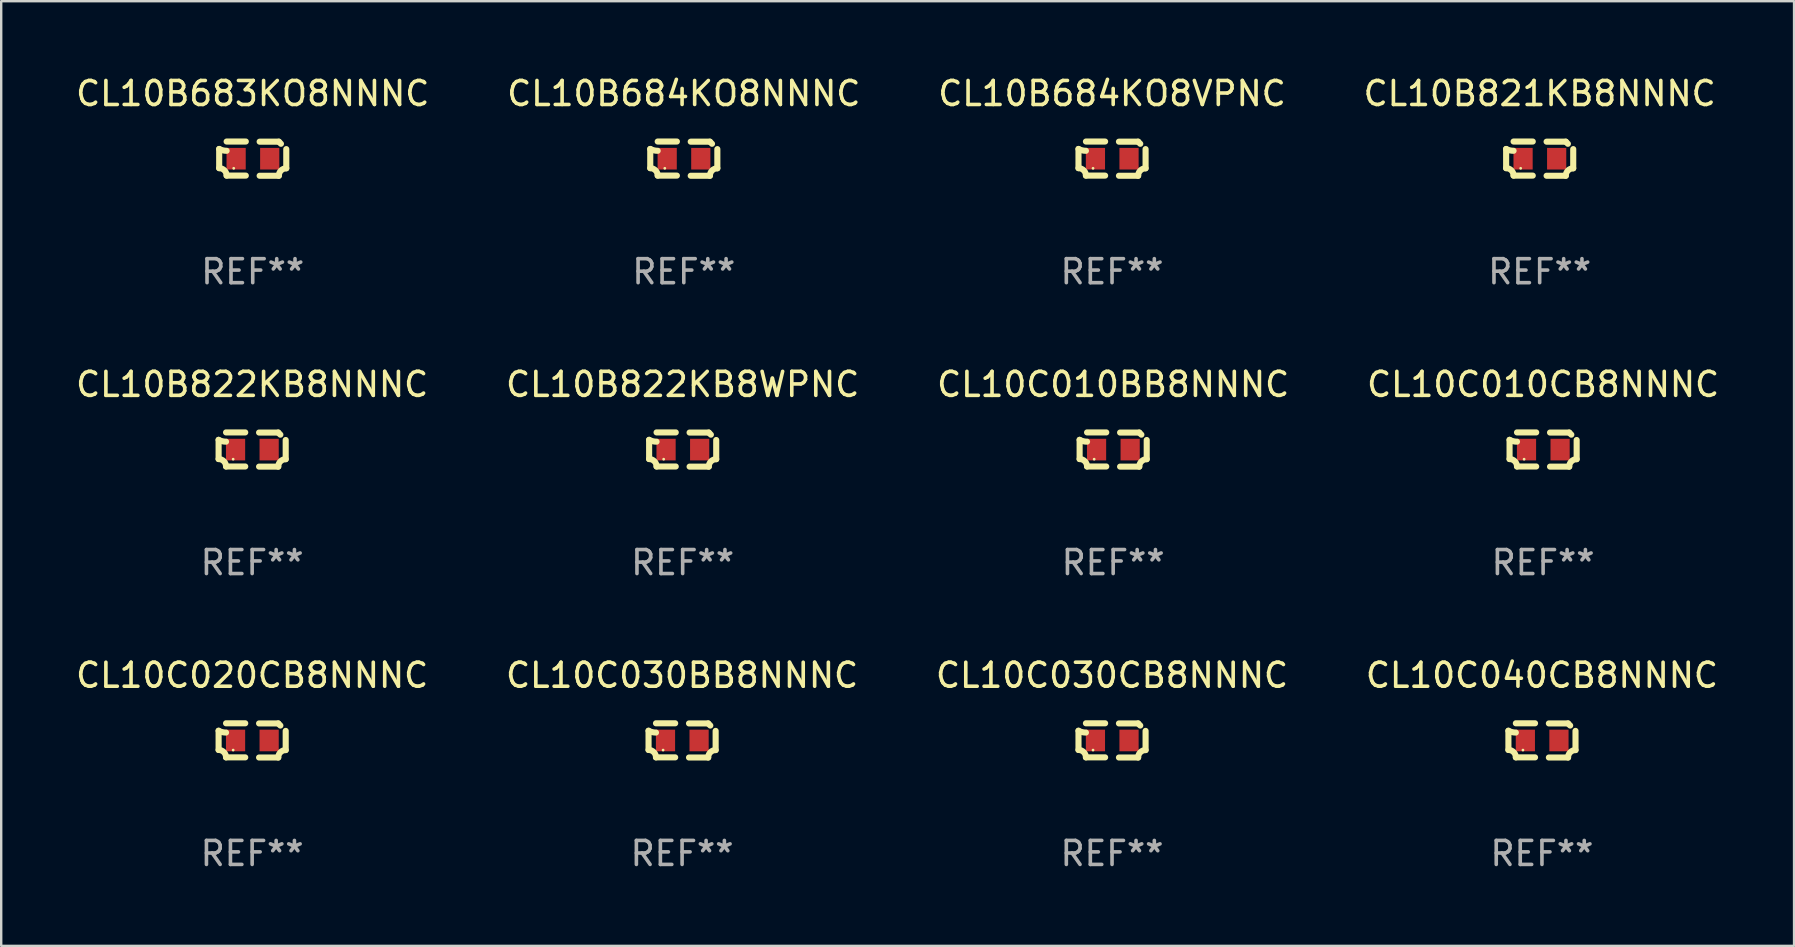
<source format=kicad_pcb>
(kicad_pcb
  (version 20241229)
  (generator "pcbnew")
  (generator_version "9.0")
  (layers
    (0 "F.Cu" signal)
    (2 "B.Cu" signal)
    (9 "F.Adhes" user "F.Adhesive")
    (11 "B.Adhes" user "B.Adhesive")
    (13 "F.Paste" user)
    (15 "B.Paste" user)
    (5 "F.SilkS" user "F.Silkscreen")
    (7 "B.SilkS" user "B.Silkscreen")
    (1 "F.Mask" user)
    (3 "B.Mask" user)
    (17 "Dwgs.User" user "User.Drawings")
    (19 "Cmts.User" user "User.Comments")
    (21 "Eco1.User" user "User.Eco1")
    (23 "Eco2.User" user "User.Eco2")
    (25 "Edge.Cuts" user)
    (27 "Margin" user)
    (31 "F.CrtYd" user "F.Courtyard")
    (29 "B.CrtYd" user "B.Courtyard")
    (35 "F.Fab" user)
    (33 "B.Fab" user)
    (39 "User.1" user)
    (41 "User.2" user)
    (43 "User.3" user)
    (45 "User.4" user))
  (footprint "CL10B684KO8VPNC"
    (layer "F.Cu")
    (at 43.292 3.561)
    (property "Reference" "CL10B684KO8VPNC" (at 0 -2.713 0) (layer "F.SilkS") (effects (font (size 1 1) (thickness 0.15))))
    (attr through_hole)
    (fp_line (start -1.398 -0.403) (end -1.398 0.397) (stroke (width 0.254) (type solid)) (layer "F.SilkS"))
    (fp_line (start -0.288 -0.713) (end -1.088 -0.713) (stroke (width 0.254) (type solid)) (layer "F.SilkS"))
    (fp_line (start -0.288 0.707) (end -1.088 0.707) (stroke (width 0.254) (type solid)) (layer "F.SilkS"))
    (fp_line (start 0.288 -0.707) (end 1.088 -0.707) (stroke (width 0.254) (type solid)) (layer "F.SilkS"))
    (fp_line (start 0.288 0.713) (end 1.088 0.713) (stroke (width 0.254) (type solid)) (layer "F.SilkS"))
    (fp_line (start 1.398 -0.397) (end 1.398 0.403) (stroke (width 0.254) (type solid)) (layer "F.SilkS"))
    (fp_arc (start -1.397789 0.397066) (mid -1.178701 0.487826) (end -1.08796 0.706922) (stroke (width 0.254001) (type solid)) (layer "F.SilkS"))
    (fp_arc (start -1.08796 -0.327176) (mid -1.247436 -0.346384) (end -1.39779 -0.402908) (stroke (width 0.254001) (type solid)) (layer "F.SilkS"))
    (fp_arc (start 1.087909 0.712738) (mid 1.178656 0.493655) (end 1.397739 0.402908) (stroke (width 0.254001) (type solid)) (layer "F.SilkS"))
    (fp_arc (start 1.175925 -0.618926) (mid 1.131917 -0.662923) (end 1.08791 -0.706922) (stroke (width 0.254001) (type solid)) (layer "F.SilkS"))
    (fp_circle (center -0.792 0.403) (end -0.762 0.403) (stroke (width 0.06) (type solid)) (fill no) (layer "F.SilkS"))
    (fp_text user "REF**" (at 0 4.713 0) (layer "F.Fab") (effects (font (size 1 1) (thickness 0.15))))
    (pad "1" smd rect (at -0.692 0.003) (size 0.8 0.9) (layers "F.Cu" "F.Mask" "F.Paste"))
    (pad "2" smd rect (at 0.708 0.003) (size 0.8 0.9) (layers "F.Cu" "F.Mask" "F.Paste")))
  (footprint "CL10C030BB8NNNC"
    (layer "F.Cu")
    (at 25.375 27.805)
    (property "Reference" "CL10C030BB8NNNC" (at 0 -2.713 0) (layer "F.SilkS") (effects (font (size 1 1) (thickness 0.15))))
    (attr through_hole)
    (fp_line (start -1.398 -0.403) (end -1.398 0.397) (stroke (width 0.254) (type solid)) (layer "F.SilkS"))
    (fp_line (start -0.288 -0.713) (end -1.088 -0.713) (stroke (width 0.254) (type solid)) (layer "F.SilkS"))
    (fp_line (start -0.288 0.707) (end -1.088 0.707) (stroke (width 0.254) (type solid)) (layer "F.SilkS"))
    (fp_line (start 0.288 -0.707) (end 1.088 -0.707) (stroke (width 0.254) (type solid)) (layer "F.SilkS"))
    (fp_line (start 0.288 0.713) (end 1.088 0.713) (stroke (width 0.254) (type solid)) (layer "F.SilkS"))
    (fp_line (start 1.398 -0.397) (end 1.398 0.403) (stroke (width 0.254) (type solid)) (layer "F.SilkS"))
    (fp_arc (start -1.397789 0.397066) (mid -1.178701 0.487826) (end -1.08796 0.706922) (stroke (width 0.254001) (type solid)) (layer "F.SilkS"))
    (fp_arc (start -1.08796 -0.327176) (mid -1.247436 -0.346384) (end -1.39779 -0.402908) (stroke (width 0.254001) (type solid)) (layer "F.SilkS"))
    (fp_arc (start 1.087909 0.712738) (mid 1.178656 0.493655) (end 1.397739 0.402908) (stroke (width 0.254001) (type solid)) (layer "F.SilkS"))
    (fp_arc (start 1.175925 -0.618926) (mid 1.131917 -0.662923) (end 1.08791 -0.706922) (stroke (width 0.254001) (type solid)) (layer "F.SilkS"))
    (fp_circle (center -0.792 0.403) (end -0.762 0.403) (stroke (width 0.06) (type solid)) (fill no) (layer "F.SilkS"))
    (fp_text user "REF**" (at 0 4.713 0) (layer "F.Fab") (effects (font (size 1 1) (thickness 0.15))))
    (pad "1" smd rect (at -0.692 0.003) (size 0.8 0.9) (layers "F.Cu" "F.Mask" "F.Paste"))
    (pad "2" smd rect (at 0.708 0.003) (size 0.8 0.9) (layers "F.Cu" "F.Mask" "F.Paste")))
  (footprint "CL10C020CB8NNNC"
    (layer "F.Cu")
    (at 7.458 27.805)
    (property "Reference" "CL10C020CB8NNNC" (at 0 -2.713 0) (layer "F.SilkS") (effects (font (size 1 1) (thickness 0.15))))
    (attr through_hole)
    (fp_line (start -1.398 -0.403) (end -1.398 0.397) (stroke (width 0.254) (type solid)) (layer "F.SilkS"))
    (fp_line (start -0.288 -0.713) (end -1.088 -0.713) (stroke (width 0.254) (type solid)) (layer "F.SilkS"))
    (fp_line (start -0.288 0.707) (end -1.088 0.707) (stroke (width 0.254) (type solid)) (layer "F.SilkS"))
    (fp_line (start 0.288 -0.707) (end 1.088 -0.707) (stroke (width 0.254) (type solid)) (layer "F.SilkS"))
    (fp_line (start 0.288 0.713) (end 1.088 0.713) (stroke (width 0.254) (type solid)) (layer "F.SilkS"))
    (fp_line (start 1.398 -0.397) (end 1.398 0.403) (stroke (width 0.254) (type solid)) (layer "F.SilkS"))
    (fp_arc (start -1.397789 0.397066) (mid -1.178701 0.487826) (end -1.08796 0.706922) (stroke (width 0.254001) (type solid)) (layer "F.SilkS"))
    (fp_arc (start -1.08796 -0.327176) (mid -1.247436 -0.346384) (end -1.39779 -0.402908) (stroke (width 0.254001) (type solid)) (layer "F.SilkS"))
    (fp_arc (start 1.087909 0.712738) (mid 1.178656 0.493655) (end 1.397739 0.402908) (stroke (width 0.254001) (type solid)) (layer "F.SilkS"))
    (fp_arc (start 1.175925 -0.618926) (mid 1.131917 -0.662923) (end 1.08791 -0.706922) (stroke (width 0.254001) (type solid)) (layer "F.SilkS"))
    (fp_circle (center -0.792 0.403) (end -0.762 0.403) (stroke (width 0.06) (type solid)) (fill no) (layer "F.SilkS"))
    (fp_text user "REF**" (at 0 4.713 0) (layer "F.Fab") (effects (font (size 1 1) (thickness 0.15))))
    (pad "1" smd rect (at -0.692 0.003) (size 0.8 0.9) (layers "F.Cu" "F.Mask" "F.Paste"))
    (pad "2" smd rect (at 0.708 0.003) (size 0.8 0.9) (layers "F.Cu" "F.Mask" "F.Paste")))
  (footprint "CL10B683KO8NNNC"
    (layer "F.Cu")
    (at 7.482 3.561)
    (property "Reference" "CL10B683KO8NNNC" (at 0 -2.713 0) (layer "F.SilkS") (effects (font (size 1 1) (thickness 0.15))))
    (attr through_hole)
    (fp_line (start -1.398 -0.403) (end -1.398 0.397) (stroke (width 0.254) (type solid)) (layer "F.SilkS"))
    (fp_line (start -0.288 -0.713) (end -1.088 -0.713) (stroke (width 0.254) (type solid)) (layer "F.SilkS"))
    (fp_line (start -0.288 0.707) (end -1.088 0.707) (stroke (width 0.254) (type solid)) (layer "F.SilkS"))
    (fp_line (start 0.288 -0.707) (end 1.088 -0.707) (stroke (width 0.254) (type solid)) (layer "F.SilkS"))
    (fp_line (start 0.288 0.713) (end 1.088 0.713) (stroke (width 0.254) (type solid)) (layer "F.SilkS"))
    (fp_line (start 1.398 -0.397) (end 1.398 0.403) (stroke (width 0.254) (type solid)) (layer "F.SilkS"))
    (fp_arc (start -1.397789 0.397066) (mid -1.178701 0.487826) (end -1.08796 0.706922) (stroke (width 0.254001) (type solid)) (layer "F.SilkS"))
    (fp_arc (start -1.08796 -0.327176) (mid -1.247436 -0.346384) (end -1.39779 -0.402908) (stroke (width 0.254001) (type solid)) (layer "F.SilkS"))
    (fp_arc (start 1.087909 0.712738) (mid 1.178656 0.493655) (end 1.397739 0.402908) (stroke (width 0.254001) (type solid)) (layer "F.SilkS"))
    (fp_arc (start 1.175925 -0.618926) (mid 1.131917 -0.662923) (end 1.08791 -0.706922) (stroke (width 0.254001) (type solid)) (layer "F.SilkS"))
    (fp_circle (center -0.792 0.403) (end -0.762 0.403) (stroke (width 0.06) (type solid)) (fill no) (layer "F.SilkS"))
    (fp_text user "REF**" (at 0 4.713 0) (layer "F.Fab") (effects (font (size 1 1) (thickness 0.15))))
    (pad "1" smd rect (at -0.692 0.003) (size 0.8 0.9) (layers "F.Cu" "F.Mask" "F.Paste"))
    (pad "2" smd rect (at 0.708 0.003) (size 0.8 0.9) (layers "F.Cu" "F.Mask" "F.Paste")))
  (footprint "CL10B821KB8NNNC"
    (layer "F.Cu")
    (at 61.113 3.561)
    (property "Reference" "CL10B821KB8NNNC" (at 0 -2.713 0) (layer "F.SilkS") (effects (font (size 1 1) (thickness 0.15))))
    (attr through_hole)
    (fp_line (start -1.398 -0.403) (end -1.398 0.397) (stroke (width 0.254) (type solid)) (layer "F.SilkS"))
    (fp_line (start -0.288 -0.713) (end -1.088 -0.713) (stroke (width 0.254) (type solid)) (layer "F.SilkS"))
    (fp_line (start -0.288 0.707) (end -1.088 0.707) (stroke (width 0.254) (type solid)) (layer "F.SilkS"))
    (fp_line (start 0.288 -0.707) (end 1.088 -0.707) (stroke (width 0.254) (type solid)) (layer "F.SilkS"))
    (fp_line (start 0.288 0.713) (end 1.088 0.713) (stroke (width 0.254) (type solid)) (layer "F.SilkS"))
    (fp_line (start 1.398 -0.397) (end 1.398 0.403) (stroke (width 0.254) (type solid)) (layer "F.SilkS"))
    (fp_arc (start -1.397789 0.397066) (mid -1.178701 0.487826) (end -1.08796 0.706922) (stroke (width 0.254001) (type solid)) (layer "F.SilkS"))
    (fp_arc (start -1.08796 -0.327176) (mid -1.247436 -0.346384) (end -1.39779 -0.402908) (stroke (width 0.254001) (type solid)) (layer "F.SilkS"))
    (fp_arc (start 1.087909 0.712738) (mid 1.178656 0.493655) (end 1.397739 0.402908) (stroke (width 0.254001) (type solid)) (layer "F.SilkS"))
    (fp_arc (start 1.175925 -0.618926) (mid 1.131917 -0.662923) (end 1.08791 -0.706922) (stroke (width 0.254001) (type solid)) (layer "F.SilkS"))
    (fp_circle (center -0.792 0.403) (end -0.762 0.403) (stroke (width 0.06) (type solid)) (fill no) (layer "F.SilkS"))
    (fp_text user "REF**" (at 0 4.713 0) (layer "F.Fab") (effects (font (size 1 1) (thickness 0.15))))
    (pad "1" smd rect (at -0.692 0.003) (size 0.8 0.9) (layers "F.Cu" "F.Mask" "F.Paste"))
    (pad "2" smd rect (at 0.708 0.003) (size 0.8 0.9) (layers "F.Cu" "F.Mask" "F.Paste")))
  (footprint "CL10C010BB8NNNC"
    (layer "F.Cu")
    (at 43.339 15.683)
    (property "Reference" "CL10C010BB8NNNC" (at 0 -2.713 0) (layer "F.SilkS") (effects (font (size 1 1) (thickness 0.15))))
    (attr through_hole)
    (fp_line (start -1.398 -0.403) (end -1.398 0.397) (stroke (width 0.254) (type solid)) (layer "F.SilkS"))
    (fp_line (start -0.288 -0.713) (end -1.088 -0.713) (stroke (width 0.254) (type solid)) (layer "F.SilkS"))
    (fp_line (start -0.288 0.707) (end -1.088 0.707) (stroke (width 0.254) (type solid)) (layer "F.SilkS"))
    (fp_line (start 0.288 -0.707) (end 1.088 -0.707) (stroke (width 0.254) (type solid)) (layer "F.SilkS"))
    (fp_line (start 0.288 0.713) (end 1.088 0.713) (stroke (width 0.254) (type solid)) (layer "F.SilkS"))
    (fp_line (start 1.398 -0.397) (end 1.398 0.403) (stroke (width 0.254) (type solid)) (layer "F.SilkS"))
    (fp_arc (start -1.397789 0.397066) (mid -1.178701 0.487826) (end -1.08796 0.706922) (stroke (width 0.254001) (type solid)) (layer "F.SilkS"))
    (fp_arc (start -1.08796 -0.327176) (mid -1.247436 -0.346384) (end -1.39779 -0.402908) (stroke (width 0.254001) (type solid)) (layer "F.SilkS"))
    (fp_arc (start 1.087909 0.712738) (mid 1.178656 0.493655) (end 1.397739 0.402908) (stroke (width 0.254001) (type solid)) (layer "F.SilkS"))
    (fp_arc (start 1.175925 -0.618926) (mid 1.131917 -0.662923) (end 1.08791 -0.706922) (stroke (width 0.254001) (type solid)) (layer "F.SilkS"))
    (fp_circle (center -0.792 0.403) (end -0.762 0.403) (stroke (width 0.06) (type solid)) (fill no) (layer "F.SilkS"))
    (fp_text user "REF**" (at 0 4.713 0) (layer "F.Fab") (effects (font (size 1 1) (thickness 0.15))))
    (pad "1" smd rect (at -0.692 0.003) (size 0.8 0.9) (layers "F.Cu" "F.Mask" "F.Paste"))
    (pad "2" smd rect (at 0.708 0.003) (size 0.8 0.9) (layers "F.Cu" "F.Mask" "F.Paste")))
  (footprint "CL10C040CB8NNNC"
    (layer "F.Cu")
    (at 61.208 27.805)
    (property "Reference" "CL10C040CB8NNNC" (at 0 -2.713 0) (layer "F.SilkS") (effects (font (size 1 1) (thickness 0.15))))
    (attr through_hole)
    (fp_line (start -1.398 -0.403) (end -1.398 0.397) (stroke (width 0.254) (type solid)) (layer "F.SilkS"))
    (fp_line (start -0.288 -0.713) (end -1.088 -0.713) (stroke (width 0.254) (type solid)) (layer "F.SilkS"))
    (fp_line (start -0.288 0.707) (end -1.088 0.707) (stroke (width 0.254) (type solid)) (layer "F.SilkS"))
    (fp_line (start 0.288 -0.707) (end 1.088 -0.707) (stroke (width 0.254) (type solid)) (layer "F.SilkS"))
    (fp_line (start 0.288 0.713) (end 1.088 0.713) (stroke (width 0.254) (type solid)) (layer "F.SilkS"))
    (fp_line (start 1.398 -0.397) (end 1.398 0.403) (stroke (width 0.254) (type solid)) (layer "F.SilkS"))
    (fp_arc (start -1.397789 0.397066) (mid -1.178701 0.487826) (end -1.08796 0.706922) (stroke (width 0.254001) (type solid)) (layer "F.SilkS"))
    (fp_arc (start -1.08796 -0.327176) (mid -1.247436 -0.346384) (end -1.39779 -0.402908) (stroke (width 0.254001) (type solid)) (layer "F.SilkS"))
    (fp_arc (start 1.087909 0.712738) (mid 1.178656 0.493655) (end 1.397739 0.402908) (stroke (width 0.254001) (type solid)) (layer "F.SilkS"))
    (fp_arc (start 1.175925 -0.618926) (mid 1.131917 -0.662923) (end 1.08791 -0.706922) (stroke (width 0.254001) (type solid)) (layer "F.SilkS"))
    (fp_circle (center -0.792 0.403) (end -0.762 0.403) (stroke (width 0.06) (type solid)) (fill no) (layer "F.SilkS"))
    (fp_text user "REF**" (at 0 4.713 0) (layer "F.Fab") (effects (font (size 1 1) (thickness 0.15))))
    (pad "1" smd rect (at -0.692 0.003) (size 0.8 0.9) (layers "F.Cu" "F.Mask" "F.Paste"))
    (pad "2" smd rect (at 0.708 0.003) (size 0.8 0.9) (layers "F.Cu" "F.Mask" "F.Paste")))
  (footprint "CL10C030CB8NNNC"
    (layer "F.Cu")
    (at 43.292 27.805)
    (property "Reference" "CL10C030CB8NNNC" (at 0 -2.713 0) (layer "F.SilkS") (effects (font (size 1 1) (thickness 0.15))))
    (attr through_hole)
    (fp_line (start -1.398 -0.403) (end -1.398 0.397) (stroke (width 0.254) (type solid)) (layer "F.SilkS"))
    (fp_line (start -0.288 -0.713) (end -1.088 -0.713) (stroke (width 0.254) (type solid)) (layer "F.SilkS"))
    (fp_line (start -0.288 0.707) (end -1.088 0.707) (stroke (width 0.254) (type solid)) (layer "F.SilkS"))
    (fp_line (start 0.288 -0.707) (end 1.088 -0.707) (stroke (width 0.254) (type solid)) (layer "F.SilkS"))
    (fp_line (start 0.288 0.713) (end 1.088 0.713) (stroke (width 0.254) (type solid)) (layer "F.SilkS"))
    (fp_line (start 1.398 -0.397) (end 1.398 0.403) (stroke (width 0.254) (type solid)) (layer "F.SilkS"))
    (fp_arc (start -1.397789 0.397066) (mid -1.178701 0.487826) (end -1.08796 0.706922) (stroke (width 0.254001) (type solid)) (layer "F.SilkS"))
    (fp_arc (start -1.08796 -0.327176) (mid -1.247436 -0.346384) (end -1.39779 -0.402908) (stroke (width 0.254001) (type solid)) (layer "F.SilkS"))
    (fp_arc (start 1.087909 0.712738) (mid 1.178656 0.493655) (end 1.397739 0.402908) (stroke (width 0.254001) (type solid)) (layer "F.SilkS"))
    (fp_arc (start 1.175925 -0.618926) (mid 1.131917 -0.662923) (end 1.08791 -0.706922) (stroke (width 0.254001) (type solid)) (layer "F.SilkS"))
    (fp_circle (center -0.792 0.403) (end -0.762 0.403) (stroke (width 0.06) (type solid)) (fill no) (layer "F.SilkS"))
    (fp_text user "REF**" (at 0 4.713 0) (layer "F.Fab") (effects (font (size 1 1) (thickness 0.15))))
    (pad "1" smd rect (at -0.692 0.003) (size 0.8 0.9) (layers "F.Cu" "F.Mask" "F.Paste"))
    (pad "2" smd rect (at 0.708 0.003) (size 0.8 0.9) (layers "F.Cu" "F.Mask" "F.Paste")))
  (footprint "CL10B822KB8WPNC"
    (layer "F.Cu")
    (at 25.399 15.683)
    (property "Reference" "CL10B822KB8WPNC" (at 0 -2.713 0) (layer "F.SilkS") (effects (font (size 1 1) (thickness 0.15))))
    (attr through_hole)
    (fp_line (start -1.398 -0.403) (end -1.398 0.397) (stroke (width 0.254) (type solid)) (layer "F.SilkS"))
    (fp_line (start -0.288 -0.713) (end -1.088 -0.713) (stroke (width 0.254) (type solid)) (layer "F.SilkS"))
    (fp_line (start -0.288 0.707) (end -1.088 0.707) (stroke (width 0.254) (type solid)) (layer "F.SilkS"))
    (fp_line (start 0.288 -0.707) (end 1.088 -0.707) (stroke (width 0.254) (type solid)) (layer "F.SilkS"))
    (fp_line (start 0.288 0.713) (end 1.088 0.713) (stroke (width 0.254) (type solid)) (layer "F.SilkS"))
    (fp_line (start 1.398 -0.397) (end 1.398 0.403) (stroke (width 0.254) (type solid)) (layer "F.SilkS"))
    (fp_arc (start -1.397789 0.397066) (mid -1.178701 0.487826) (end -1.08796 0.706922) (stroke (width 0.254001) (type solid)) (layer "F.SilkS"))
    (fp_arc (start -1.08796 -0.327176) (mid -1.247436 -0.346384) (end -1.39779 -0.402908) (stroke (width 0.254001) (type solid)) (layer "F.SilkS"))
    (fp_arc (start 1.087909 0.712738) (mid 1.178656 0.493655) (end 1.397739 0.402908) (stroke (width 0.254001) (type solid)) (layer "F.SilkS"))
    (fp_arc (start 1.175925 -0.618926) (mid 1.131917 -0.662923) (end 1.08791 -0.706922) (stroke (width 0.254001) (type solid)) (layer "F.SilkS"))
    (fp_circle (center -0.792 0.403) (end -0.762 0.403) (stroke (width 0.06) (type solid)) (fill no) (layer "F.SilkS"))
    (fp_text user "REF**" (at 0 4.713 0) (layer "F.Fab") (effects (font (size 1 1) (thickness 0.15))))
    (pad "1" smd rect (at -0.692 0.003) (size 0.8 0.9) (layers "F.Cu" "F.Mask" "F.Paste"))
    (pad "2" smd rect (at 0.708 0.003) (size 0.8 0.9) (layers "F.Cu" "F.Mask" "F.Paste")))
  (footprint "CL10B822KB8NNNC"
    (layer "F.Cu")
    (at 7.458 15.683)
    (property "Reference" "CL10B822KB8NNNC" (at 0 -2.713 0) (layer "F.SilkS") (effects (font (size 1 1) (thickness 0.15))))
    (attr through_hole)
    (fp_line (start -1.398 -0.403) (end -1.398 0.397) (stroke (width 0.254) (type solid)) (layer "F.SilkS"))
    (fp_line (start -0.288 -0.713) (end -1.088 -0.713) (stroke (width 0.254) (type solid)) (layer "F.SilkS"))
    (fp_line (start -0.288 0.707) (end -1.088 0.707) (stroke (width 0.254) (type solid)) (layer "F.SilkS"))
    (fp_line (start 0.288 -0.707) (end 1.088 -0.707) (stroke (width 0.254) (type solid)) (layer "F.SilkS"))
    (fp_line (start 0.288 0.713) (end 1.088 0.713) (stroke (width 0.254) (type solid)) (layer "F.SilkS"))
    (fp_line (start 1.398 -0.397) (end 1.398 0.403) (stroke (width 0.254) (type solid)) (layer "F.SilkS"))
    (fp_arc (start -1.397789 0.397066) (mid -1.178701 0.487826) (end -1.08796 0.706922) (stroke (width 0.254001) (type solid)) (layer "F.SilkS"))
    (fp_arc (start -1.08796 -0.327176) (mid -1.247436 -0.346384) (end -1.39779 -0.402908) (stroke (width 0.254001) (type solid)) (layer "F.SilkS"))
    (fp_arc (start 1.087909 0.712738) (mid 1.178656 0.493655) (end 1.397739 0.402908) (stroke (width 0.254001) (type solid)) (layer "F.SilkS"))
    (fp_arc (start 1.175925 -0.618926) (mid 1.131917 -0.662923) (end 1.08791 -0.706922) (stroke (width 0.254001) (type solid)) (layer "F.SilkS"))
    (fp_circle (center -0.792 0.403) (end -0.762 0.403) (stroke (width 0.06) (type solid)) (fill no) (layer "F.SilkS"))
    (fp_text user "REF**" (at 0 4.713 0) (layer "F.Fab") (effects (font (size 1 1) (thickness 0.15))))
    (pad "1" smd rect (at -0.692 0.003) (size 0.8 0.9) (layers "F.Cu" "F.Mask" "F.Paste"))
    (pad "2" smd rect (at 0.708 0.003) (size 0.8 0.9) (layers "F.Cu" "F.Mask" "F.Paste")))
  (footprint "CL10B684KO8NNNC"
    (layer "F.Cu")
    (at 25.446 3.561)
    (property "Reference" "CL10B684KO8NNNC" (at 0 -2.713 0) (layer "F.SilkS") (effects (font (size 1 1) (thickness 0.15))))
    (attr through_hole)
    (fp_line (start -1.398 -0.403) (end -1.398 0.397) (stroke (width 0.254) (type solid)) (layer "F.SilkS"))
    (fp_line (start -0.288 -0.713) (end -1.088 -0.713) (stroke (width 0.254) (type solid)) (layer "F.SilkS"))
    (fp_line (start -0.288 0.707) (end -1.088 0.707) (stroke (width 0.254) (type solid)) (layer "F.SilkS"))
    (fp_line (start 0.288 -0.707) (end 1.088 -0.707) (stroke (width 0.254) (type solid)) (layer "F.SilkS"))
    (fp_line (start 0.288 0.713) (end 1.088 0.713) (stroke (width 0.254) (type solid)) (layer "F.SilkS"))
    (fp_line (start 1.398 -0.397) (end 1.398 0.403) (stroke (width 0.254) (type solid)) (layer "F.SilkS"))
    (fp_arc (start -1.397789 0.397066) (mid -1.178701 0.487826) (end -1.08796 0.706922) (stroke (width 0.254001) (type solid)) (layer "F.SilkS"))
    (fp_arc (start -1.08796 -0.327176) (mid -1.247436 -0.346384) (end -1.39779 -0.402908) (stroke (width 0.254001) (type solid)) (layer "F.SilkS"))
    (fp_arc (start 1.087909 0.712738) (mid 1.178656 0.493655) (end 1.397739 0.402908) (stroke (width 0.254001) (type solid)) (layer "F.SilkS"))
    (fp_arc (start 1.175925 -0.618926) (mid 1.131917 -0.662923) (end 1.08791 -0.706922) (stroke (width 0.254001) (type solid)) (layer "F.SilkS"))
    (fp_circle (center -0.792 0.403) (end -0.762 0.403) (stroke (width 0.06) (type solid)) (fill no) (layer "F.SilkS"))
    (fp_text user "REF**" (at 0 4.713 0) (layer "F.Fab") (effects (font (size 1 1) (thickness 0.15))))
    (pad "1" smd rect (at -0.692 0.003) (size 0.8 0.9) (layers "F.Cu" "F.Mask" "F.Paste"))
    (pad "2" smd rect (at 0.708 0.003) (size 0.8 0.9) (layers "F.Cu" "F.Mask" "F.Paste")))
  (footprint "CL10C010CB8NNNC"
    (layer "F.Cu")
    (at 61.256 15.683)
    (property "Reference" "CL10C010CB8NNNC" (at 0 -2.713 0) (layer "F.SilkS") (effects (font (size 1 1) (thickness 0.15))))
    (attr through_hole)
    (fp_line (start -1.398 -0.403) (end -1.398 0.397) (stroke (width 0.254) (type solid)) (layer "F.SilkS"))
    (fp_line (start -0.288 -0.713) (end -1.088 -0.713) (stroke (width 0.254) (type solid)) (layer "F.SilkS"))
    (fp_line (start -0.288 0.707) (end -1.088 0.707) (stroke (width 0.254) (type solid)) (layer "F.SilkS"))
    (fp_line (start 0.288 -0.707) (end 1.088 -0.707) (stroke (width 0.254) (type solid)) (layer "F.SilkS"))
    (fp_line (start 0.288 0.713) (end 1.088 0.713) (stroke (width 0.254) (type solid)) (layer "F.SilkS"))
    (fp_line (start 1.398 -0.397) (end 1.398 0.403) (stroke (width 0.254) (type solid)) (layer "F.SilkS"))
    (fp_arc (start -1.397789 0.397066) (mid -1.178701 0.487826) (end -1.08796 0.706922) (stroke (width 0.254001) (type solid)) (layer "F.SilkS"))
    (fp_arc (start -1.08796 -0.327176) (mid -1.247436 -0.346384) (end -1.39779 -0.402908) (stroke (width 0.254001) (type solid)) (layer "F.SilkS"))
    (fp_arc (start 1.087909 0.712738) (mid 1.178656 0.493655) (end 1.397739 0.402908) (stroke (width 0.254001) (type solid)) (layer "F.SilkS"))
    (fp_arc (start 1.175925 -0.618926) (mid 1.131917 -0.662923) (end 1.08791 -0.706922) (stroke (width 0.254001) (type solid)) (layer "F.SilkS"))
    (fp_circle (center -0.792 0.403) (end -0.762 0.403) (stroke (width 0.06) (type solid)) (fill no) (layer "F.SilkS"))
    (fp_text user "REF**" (at 0 4.713 0) (layer "F.Fab") (effects (font (size 1 1) (thickness 0.15))))
    (pad "1" smd rect (at -0.692 0.003) (size 0.8 0.9) (layers "F.Cu" "F.Mask" "F.Paste"))
    (pad "2" smd rect (at 0.708 0.003) (size 0.8 0.9) (layers "F.Cu" "F.Mask" "F.Paste")))
  (gr_rect
    (start -3 -3)
    (end 71.714 36.366)
    (stroke (width 0.1) (type default))
    (fill no)
    (layer "Edge.Cuts")))
</source>
